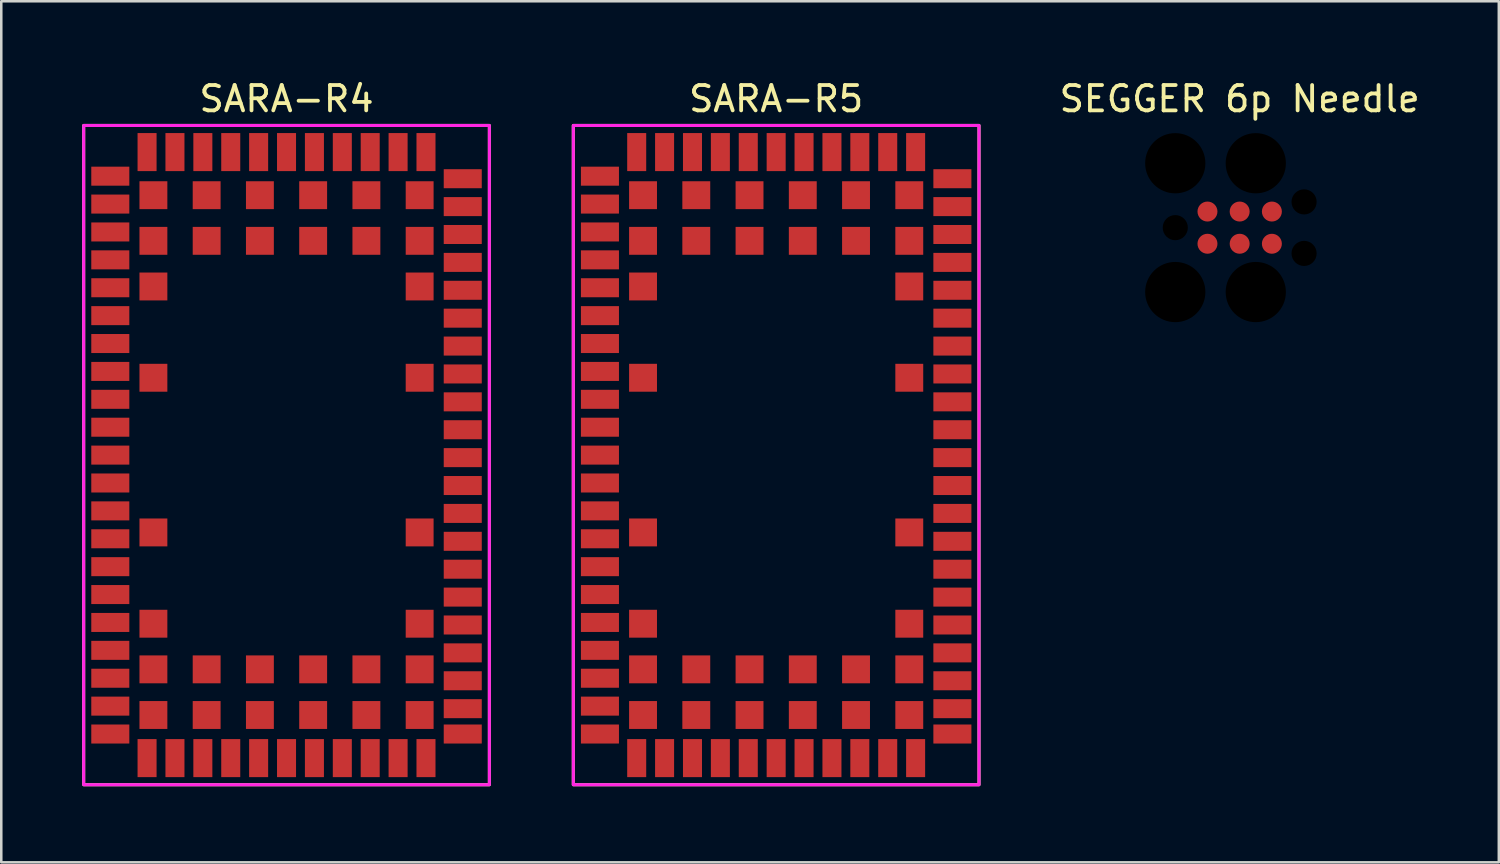
<source format=kicad_pcb>
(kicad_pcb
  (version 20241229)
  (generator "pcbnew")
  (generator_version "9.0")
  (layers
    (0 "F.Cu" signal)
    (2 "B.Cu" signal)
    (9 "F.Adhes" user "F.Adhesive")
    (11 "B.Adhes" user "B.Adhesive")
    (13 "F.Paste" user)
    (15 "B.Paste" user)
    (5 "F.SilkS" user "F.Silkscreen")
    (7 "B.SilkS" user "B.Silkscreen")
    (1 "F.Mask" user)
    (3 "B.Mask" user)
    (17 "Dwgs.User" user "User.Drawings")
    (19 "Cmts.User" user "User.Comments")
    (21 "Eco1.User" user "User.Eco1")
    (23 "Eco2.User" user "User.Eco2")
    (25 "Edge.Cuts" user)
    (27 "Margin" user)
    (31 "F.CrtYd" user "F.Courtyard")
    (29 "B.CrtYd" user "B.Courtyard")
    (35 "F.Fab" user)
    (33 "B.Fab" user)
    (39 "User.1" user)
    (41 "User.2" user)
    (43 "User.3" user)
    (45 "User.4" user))
  (footprint "SARA-R5"
    (layer "F.Cu")
    (at 19.56 1.898)
    (property "Reference" "SARA-R5" (at 8 -1.05 0) (unlocked yes) (layer "F.SilkS") (effects (font (size 1 1) (thickness 0.15))))
    (attr smd)
    (fp_rect (start 0 0) (end 16 26) (stroke (width 0.12) (type solid)) (fill no) (layer "F.SilkS"))
    (fp_rect (start 0 0) (end 16 26) (stroke (width 0.12) (type solid)) (fill no) (layer "F.CrtYd"))
    (pad "1" smd rect (at 1.05 2) (size 1.5 0.75) (layers "F.Cu" "F.Mask" "F.Paste"))
    (pad "2" smd rect (at 1.05 3.1) (size 1.5 0.75) (layers "F.Cu" "F.Mask" "F.Paste"))
    (pad "3" smd rect (at 1.05 4.2) (size 1.5 0.75) (layers "F.Cu" "F.Mask" "F.Paste"))
    (pad "4" smd rect (at 1.05 5.3) (size 1.5 0.75) (layers "F.Cu" "F.Mask" "F.Paste"))
    (pad "5" smd rect (at 1.05 6.4) (size 1.5 0.75) (layers "F.Cu" "F.Mask" "F.Paste"))
    (pad "6" smd rect (at 1.05 7.5) (size 1.5 0.75) (layers "F.Cu" "F.Mask" "F.Paste"))
    (pad "7" smd rect (at 1.05 8.6) (size 1.5 0.75) (layers "F.Cu" "F.Mask" "F.Paste"))
    (pad "8" smd rect (at 1.05 9.7) (size 1.5 0.75) (layers "F.Cu" "F.Mask" "F.Paste"))
    (pad "9" smd rect (at 1.05 10.8) (size 1.5 0.75) (layers "F.Cu" "F.Mask" "F.Paste"))
    (pad "10" smd rect (at 1.05 11.9) (size 1.5 0.75) (layers "F.Cu" "F.Mask" "F.Paste"))
    (pad "11" smd rect (at 1.05 13) (size 1.5 0.75) (layers "F.Cu" "F.Mask" "F.Paste"))
    (pad "12" smd rect (at 1.05 14.1) (size 1.5 0.75) (layers "F.Cu" "F.Mask" "F.Paste"))
    (pad "13" smd rect (at 1.05 15.2) (size 1.5 0.75) (layers "F.Cu" "F.Mask" "F.Paste"))
    (pad "14" smd rect (at 1.05 16.3) (size 1.5 0.75) (layers "F.Cu" "F.Mask" "F.Paste"))
    (pad "15" smd rect (at 1.05 17.4) (size 1.5 0.75) (layers "F.Cu" "F.Mask" "F.Paste"))
    (pad "16" smd rect (at 1.05 18.5) (size 1.5 0.75) (layers "F.Cu" "F.Mask" "F.Paste"))
    (pad "17" smd rect (at 1.05 19.6) (size 1.5 0.75) (layers "F.Cu" "F.Mask" "F.Paste"))
    (pad "18" smd rect (at 1.05 20.7) (size 1.5 0.75) (layers "F.Cu" "F.Mask" "F.Paste"))
    (pad "19" smd rect (at 1.05 21.8) (size 1.5 0.75) (layers "F.Cu" "F.Mask" "F.Paste"))
    (pad "20" smd rect (at 1.05 22.9) (size 1.5 0.75) (layers "F.Cu" "F.Mask" "F.Paste"))
    (pad "21" smd rect (at 1.05 24) (size 1.5 0.75) (layers "F.Cu" "F.Mask" "F.Paste"))
    (pad "22" smd rect (at 2.5 24.95 90) (size 1.5 0.75) (layers "F.Cu" "F.Mask" "F.Paste"))
    (pad "23" smd rect (at 3.6 24.95 90) (size 1.5 0.75) (layers "F.Cu" "F.Mask" "F.Paste"))
    (pad "24" smd rect (at 4.7 24.95 90) (size 1.5 0.75) (layers "F.Cu" "F.Mask" "F.Paste"))
    (pad "25" smd rect (at 5.8 24.95 90) (size 1.5 0.75) (layers "F.Cu" "F.Mask" "F.Paste"))
    (pad "26" smd rect (at 6.9 24.95 90) (size 1.5 0.75) (layers "F.Cu" "F.Mask" "F.Paste"))
    (pad "27" smd rect (at 8 24.95 90) (size 1.5 0.75) (layers "F.Cu" "F.Mask" "F.Paste"))
    (pad "28" smd rect (at 9.1 24.95 90) (size 1.5 0.75) (layers "F.Cu" "F.Mask" "F.Paste"))
    (pad "29" smd rect (at 10.2 24.95 90) (size 1.5 0.75) (layers "F.Cu" "F.Mask" "F.Paste"))
    (pad "30" smd rect (at 11.3 24.95 90) (size 1.5 0.75) (layers "F.Cu" "F.Mask" "F.Paste"))
    (pad "31" smd rect (at 12.4 24.95 90) (size 1.5 0.75) (layers "F.Cu" "F.Mask" "F.Paste"))
    (pad "32" smd rect (at 13.5 24.95 90) (size 1.5 0.75) (layers "F.Cu" "F.Mask" "F.Paste"))
    (pad "33" smd rect (at 14.95 24 180) (size 1.5 0.75) (layers "F.Cu" "F.Mask" "F.Paste"))
    (pad "34" smd rect (at 14.95 23) (size 1.5 0.75) (layers "F.Cu" "F.Mask" "F.Paste"))
    (pad "35" smd rect (at 14.95 21.9) (size 1.5 0.75) (layers "F.Cu" "F.Mask" "F.Paste"))
    (pad "36" smd rect (at 14.95 20.8) (size 1.5 0.75) (layers "F.Cu" "F.Mask" "F.Paste"))
    (pad "37" smd rect (at 14.95 19.7) (size 1.5 0.75) (layers "F.Cu" "F.Mask" "F.Paste"))
    (pad "38" smd rect (at 14.95 18.6) (size 1.5 0.75) (layers "F.Cu" "F.Mask" "F.Paste"))
    (pad "39" smd rect (at 14.95 17.5) (size 1.5 0.75) (layers "F.Cu" "F.Mask" "F.Paste"))
    (pad "40" smd rect (at 14.95 16.4) (size 1.5 0.75) (layers "F.Cu" "F.Mask" "F.Paste"))
    (pad "41" smd rect (at 14.95 15.3) (size 1.5 0.75) (layers "F.Cu" "F.Mask" "F.Paste"))
    (pad "42" smd rect (at 14.95 14.2) (size 1.5 0.75) (layers "F.Cu" "F.Mask" "F.Paste"))
    (pad "43" smd rect (at 14.95 13.1) (size 1.5 0.75) (layers "F.Cu" "F.Mask" "F.Paste"))
    (pad "44" smd rect (at 14.95 12) (size 1.5 0.75) (layers "F.Cu" "F.Mask" "F.Paste"))
    (pad "45" smd rect (at 14.95 10.9) (size 1.5 0.75) (layers "F.Cu" "F.Mask" "F.Paste"))
    (pad "46" smd rect (at 14.95 9.8) (size 1.5 0.75) (layers "F.Cu" "F.Mask" "F.Paste"))
    (pad "47" smd rect (at 14.95 8.7) (size 1.5 0.75) (layers "F.Cu" "F.Mask" "F.Paste"))
    (pad "48" smd rect (at 14.95 7.6) (size 1.5 0.75) (layers "F.Cu" "F.Mask" "F.Paste"))
    (pad "49" smd rect (at 14.95 6.5) (size 1.5 0.75) (layers "F.Cu" "F.Mask" "F.Paste"))
    (pad "50" smd rect (at 14.95 5.4) (size 1.5 0.75) (layers "F.Cu" "F.Mask" "F.Paste"))
    (pad "51" smd rect (at 14.95 4.3) (size 1.5 0.75) (layers "F.Cu" "F.Mask" "F.Paste"))
    (pad "52" smd rect (at 14.95 3.2) (size 1.5 0.75) (layers "F.Cu" "F.Mask" "F.Paste"))
    (pad "53" smd rect (at 14.95 2.1) (size 1.5 0.75) (layers "F.Cu" "F.Mask" "F.Paste"))
    (pad "54" smd rect (at 13.5 1.05 90) (size 1.5 0.75) (layers "F.Cu" "F.Mask" "F.Paste"))
    (pad "55" smd rect (at 12.4 1.05 90) (size 1.5 0.75) (layers "F.Cu" "F.Mask" "F.Paste"))
    (pad "56" smd rect (at 11.3 1.05 90) (size 1.5 0.75) (layers "F.Cu" "F.Mask" "F.Paste"))
    (pad "57" smd rect (at 10.2 1.05 90) (size 1.5 0.75) (layers "F.Cu" "F.Mask" "F.Paste"))
    (pad "58" smd rect (at 9.1 1.05 90) (size 1.5 0.75) (layers "F.Cu" "F.Mask" "F.Paste"))
    (pad "59" smd rect (at 8 1.05 90) (size 1.5 0.75) (layers "F.Cu" "F.Mask" "F.Paste"))
    (pad "60" smd rect (at 6.9 1.05 90) (size 1.5 0.75) (layers "F.Cu" "F.Mask" "F.Paste"))
    (pad "61" smd rect (at 5.8 1.05 90) (size 1.5 0.75) (layers "F.Cu" "F.Mask" "F.Paste"))
    (pad "62" smd rect (at 4.7 1.05 90) (size 1.5 0.75) (layers "F.Cu" "F.Mask" "F.Paste"))
    (pad "63" smd rect (at 3.6 1.05 90) (size 1.5 0.75) (layers "F.Cu" "F.Mask" "F.Paste"))
    (pad "64" smd rect (at 2.5 1.05 90) (size 1.5 0.75) (layers "F.Cu" "F.Mask" "F.Paste"))
    (pad "65" smd rect (at 2.75 2.75 270) (size 1.1 1.1) (layers "F.Cu" "F.Mask" "F.Paste"))
    (pad "66" smd rect (at 4.85 2.75 270) (size 1.1 1.1) (layers "F.Cu" "F.Mask" "F.Paste"))
    (pad "67" smd rect (at 6.95 2.75 270) (size 1.1 1.1) (layers "F.Cu" "F.Mask" "F.Paste"))
    (pad "68" smd rect (at 9.05 2.75 270) (size 1.1 1.1) (layers "F.Cu" "F.Mask" "F.Paste"))
    (pad "69" smd rect (at 11.15 2.75 270) (size 1.1 1.1) (layers "F.Cu" "F.Mask" "F.Paste"))
    (pad "70" smd rect (at 13.25 2.75 270) (size 1.1 1.1) (layers "F.Cu" "F.Mask" "F.Paste"))
    (pad "71" smd rect (at 2.75 4.55 270) (size 1.1 1.1) (layers "F.Cu" "F.Mask" "F.Paste"))
    (pad "72" smd rect (at 4.85 4.55 270) (size 1.1 1.1) (layers "F.Cu" "F.Mask" "F.Paste"))
    (pad "73" smd rect (at 6.95 4.55 270) (size 1.1 1.1) (layers "F.Cu" "F.Mask" "F.Paste"))
    (pad "74" smd rect (at 9.05 4.55 270) (size 1.1 1.1) (layers "F.Cu" "F.Mask" "F.Paste"))
    (pad "75" smd rect (at 11.15 4.55 270) (size 1.1 1.1) (layers "F.Cu" "F.Mask" "F.Paste"))
    (pad "76" smd rect (at 13.25 4.55 270) (size 1.1 1.1) (layers "F.Cu" "F.Mask" "F.Paste"))
    (pad "77" smd rect (at 2.75 6.35 270) (size 1.1 1.1) (layers "F.Cu" "F.Mask" "F.Paste"))
    (pad "78" smd rect (at 13.25 6.35 270) (size 1.1 1.1) (layers "F.Cu" "F.Mask" "F.Paste"))
    (pad "79" smd rect (at 2.75 9.95 270) (size 1.1 1.1) (layers "F.Cu" "F.Mask" "F.Paste"))
    (pad "80" smd rect (at 13.25 9.95 270) (size 1.1 1.1) (layers "F.Cu" "F.Mask" "F.Paste"))
    (pad "81" smd rect (at 2.75 16.05 270) (size 1.1 1.1) (layers "F.Cu" "F.Mask" "F.Paste"))
    (pad "82" smd rect (at 13.25 16.05 270) (size 1.1 1.1) (layers "F.Cu" "F.Mask" "F.Paste"))
    (pad "83" smd rect (at 2.75 19.65 270) (size 1.1 1.1) (layers "F.Cu" "F.Mask" "F.Paste"))
    (pad "84" smd rect (at 13.25 19.65 270) (size 1.1 1.1) (layers "F.Cu" "F.Mask" "F.Paste"))
    (pad "85" smd rect (at 2.75 21.45 270) (size 1.1 1.1) (layers "F.Cu" "F.Mask" "F.Paste"))
    (pad "86" smd rect (at 4.85 21.45 270) (size 1.1 1.1) (layers "F.Cu" "F.Mask" "F.Paste"))
    (pad "87" smd rect (at 6.95 21.45 270) (size 1.1 1.1) (layers "F.Cu" "F.Mask" "F.Paste"))
    (pad "88" smd rect (at 9.05 21.45 270) (size 1.1 1.1) (layers "F.Cu" "F.Mask" "F.Paste"))
    (pad "89" smd rect (at 11.15 21.45 270) (size 1.1 1.1) (layers "F.Cu" "F.Mask" "F.Paste"))
    (pad "90" smd rect (at 13.25 21.45 270) (size 1.1 1.1) (layers "F.Cu" "F.Mask" "F.Paste"))
    (pad "91" smd rect (at 2.75 23.25 270) (size 1.1 1.1) (layers "F.Cu" "F.Mask" "F.Paste"))
    (pad "92" smd rect (at 4.85 23.25 270) (size 1.1 1.1) (layers "F.Cu" "F.Mask" "F.Paste"))
    (pad "93" smd rect (at 6.95 23.25 270) (size 1.1 1.1) (layers "F.Cu" "F.Mask" "F.Paste"))
    (pad "94" smd rect (at 9.05 23.25 270) (size 1.1 1.1) (layers "F.Cu" "F.Mask" "F.Paste"))
    (pad "95" smd rect (at 11.15 23.25 270) (size 1.1 1.1) (layers "F.Cu" "F.Mask" "F.Paste"))
    (pad "96" smd rect (at 13.25 23.25 270) (size 1.1 1.1) (layers "F.Cu" "F.Mask" "F.Paste")))
  (footprint "SARA-R4"
    (layer "F.Cu")
    (at 0.25 1.898)
    (property "Reference" "SARA-R4" (at 8 -1.05 0) (unlocked yes) (layer "F.SilkS") (effects (font (size 1 1) (thickness 0.15))))
    (attr smd)
    (fp_rect (start 0 0) (end 16 26) (stroke (width 0.12) (type solid)) (fill no) (layer "F.SilkS"))
    (fp_rect (start 0 0) (end 16 26) (stroke (width 0.12) (type solid)) (fill no) (layer "F.CrtYd"))
    (pad "1" smd rect (at 1.05 2) (size 1.5 0.75) (layers "F.Cu" "F.Mask" "F.Paste"))
    (pad "2" smd rect (at 1.05 3.1) (size 1.5 0.75) (layers "F.Cu" "F.Mask" "F.Paste"))
    (pad "3" smd rect (at 1.05 4.2) (size 1.5 0.75) (layers "F.Cu" "F.Mask" "F.Paste"))
    (pad "4" smd rect (at 1.05 5.3) (size 1.5 0.75) (layers "F.Cu" "F.Mask" "F.Paste"))
    (pad "5" smd rect (at 1.05 6.4) (size 1.5 0.75) (layers "F.Cu" "F.Mask" "F.Paste"))
    (pad "6" smd rect (at 1.05 7.5) (size 1.5 0.75) (layers "F.Cu" "F.Mask" "F.Paste"))
    (pad "7" smd rect (at 1.05 8.6) (size 1.5 0.75) (layers "F.Cu" "F.Mask" "F.Paste"))
    (pad "8" smd rect (at 1.05 9.7) (size 1.5 0.75) (layers "F.Cu" "F.Mask" "F.Paste"))
    (pad "9" smd rect (at 1.05 10.8) (size 1.5 0.75) (layers "F.Cu" "F.Mask" "F.Paste"))
    (pad "10" smd rect (at 1.05 11.9) (size 1.5 0.75) (layers "F.Cu" "F.Mask" "F.Paste"))
    (pad "11" smd rect (at 1.05 13) (size 1.5 0.75) (layers "F.Cu" "F.Mask" "F.Paste"))
    (pad "12" smd rect (at 1.05 14.1) (size 1.5 0.75) (layers "F.Cu" "F.Mask" "F.Paste"))
    (pad "13" smd rect (at 1.05 15.2) (size 1.5 0.75) (layers "F.Cu" "F.Mask" "F.Paste"))
    (pad "14" smd rect (at 1.05 16.3) (size 1.5 0.75) (layers "F.Cu" "F.Mask" "F.Paste"))
    (pad "15" smd rect (at 1.05 17.4) (size 1.5 0.75) (layers "F.Cu" "F.Mask" "F.Paste"))
    (pad "16" smd rect (at 1.05 18.5) (size 1.5 0.75) (layers "F.Cu" "F.Mask" "F.Paste"))
    (pad "17" smd rect (at 1.05 19.6) (size 1.5 0.75) (layers "F.Cu" "F.Mask" "F.Paste"))
    (pad "18" smd rect (at 1.05 20.7) (size 1.5 0.75) (layers "F.Cu" "F.Mask" "F.Paste"))
    (pad "19" smd rect (at 1.05 21.8) (size 1.5 0.75) (layers "F.Cu" "F.Mask" "F.Paste"))
    (pad "20" smd rect (at 1.05 22.9) (size 1.5 0.75) (layers "F.Cu" "F.Mask" "F.Paste"))
    (pad "21" smd rect (at 1.05 24) (size 1.5 0.75) (layers "F.Cu" "F.Mask" "F.Paste"))
    (pad "22" smd rect (at 2.5 24.95 90) (size 1.5 0.75) (layers "F.Cu" "F.Mask" "F.Paste"))
    (pad "23" smd rect (at 3.6 24.95 90) (size 1.5 0.75) (layers "F.Cu" "F.Mask" "F.Paste"))
    (pad "24" smd rect (at 4.7 24.95 90) (size 1.5 0.75) (layers "F.Cu" "F.Mask" "F.Paste"))
    (pad "25" smd rect (at 5.8 24.95 90) (size 1.5 0.75) (layers "F.Cu" "F.Mask" "F.Paste"))
    (pad "26" smd rect (at 6.9 24.95 90) (size 1.5 0.75) (layers "F.Cu" "F.Mask" "F.Paste"))
    (pad "27" smd rect (at 8 24.95 90) (size 1.5 0.75) (layers "F.Cu" "F.Mask" "F.Paste"))
    (pad "28" smd rect (at 9.1 24.95 90) (size 1.5 0.75) (layers "F.Cu" "F.Mask" "F.Paste"))
    (pad "29" smd rect (at 10.2 24.95 90) (size 1.5 0.75) (layers "F.Cu" "F.Mask" "F.Paste"))
    (pad "30" smd rect (at 11.3 24.95 90) (size 1.5 0.75) (layers "F.Cu" "F.Mask" "F.Paste"))
    (pad "31" smd rect (at 12.4 24.95 90) (size 1.5 0.75) (layers "F.Cu" "F.Mask" "F.Paste"))
    (pad "32" smd rect (at 13.5 24.95 90) (size 1.5 0.75) (layers "F.Cu" "F.Mask" "F.Paste"))
    (pad "33" smd rect (at 14.95 24 180) (size 1.5 0.75) (layers "F.Cu" "F.Mask" "F.Paste"))
    (pad "34" smd rect (at 14.95 23) (size 1.5 0.75) (layers "F.Cu" "F.Mask" "F.Paste"))
    (pad "35" smd rect (at 14.95 21.9) (size 1.5 0.75) (layers "F.Cu" "F.Mask" "F.Paste"))
    (pad "36" smd rect (at 14.95 20.8) (size 1.5 0.75) (layers "F.Cu" "F.Mask" "F.Paste"))
    (pad "37" smd rect (at 14.95 19.7) (size 1.5 0.75) (layers "F.Cu" "F.Mask" "F.Paste"))
    (pad "38" smd rect (at 14.95 18.6) (size 1.5 0.75) (layers "F.Cu" "F.Mask" "F.Paste"))
    (pad "39" smd rect (at 14.95 17.5) (size 1.5 0.75) (layers "F.Cu" "F.Mask" "F.Paste"))
    (pad "40" smd rect (at 14.95 16.4) (size 1.5 0.75) (layers "F.Cu" "F.Mask" "F.Paste"))
    (pad "41" smd rect (at 14.95 15.3) (size 1.5 0.75) (layers "F.Cu" "F.Mask" "F.Paste"))
    (pad "42" smd rect (at 14.95 14.2) (size 1.5 0.75) (layers "F.Cu" "F.Mask" "F.Paste"))
    (pad "43" smd rect (at 14.95 13.1) (size 1.5 0.75) (layers "F.Cu" "F.Mask" "F.Paste"))
    (pad "44" smd rect (at 14.95 12) (size 1.5 0.75) (layers "F.Cu" "F.Mask" "F.Paste"))
    (pad "45" smd rect (at 14.95 10.9) (size 1.5 0.75) (layers "F.Cu" "F.Mask" "F.Paste"))
    (pad "46" smd rect (at 14.95 9.8) (size 1.5 0.75) (layers "F.Cu" "F.Mask" "F.Paste"))
    (pad "47" smd rect (at 14.95 8.7) (size 1.5 0.75) (layers "F.Cu" "F.Mask" "F.Paste"))
    (pad "48" smd rect (at 14.95 7.6) (size 1.5 0.75) (layers "F.Cu" "F.Mask" "F.Paste"))
    (pad "49" smd rect (at 14.95 6.5) (size 1.5 0.75) (layers "F.Cu" "F.Mask" "F.Paste"))
    (pad "50" smd rect (at 14.95 5.4) (size 1.5 0.75) (layers "F.Cu" "F.Mask" "F.Paste"))
    (pad "51" smd rect (at 14.95 4.3) (size 1.5 0.75) (layers "F.Cu" "F.Mask" "F.Paste"))
    (pad "52" smd rect (at 14.95 3.2) (size 1.5 0.75) (layers "F.Cu" "F.Mask" "F.Paste"))
    (pad "53" smd rect (at 14.95 2.1) (size 1.5 0.75) (layers "F.Cu" "F.Mask" "F.Paste"))
    (pad "54" smd rect (at 13.5 1.05 90) (size 1.5 0.75) (layers "F.Cu" "F.Mask" "F.Paste"))
    (pad "55" smd rect (at 12.4 1.05 90) (size 1.5 0.75) (layers "F.Cu" "F.Mask" "F.Paste"))
    (pad "56" smd rect (at 11.3 1.05 90) (size 1.5 0.75) (layers "F.Cu" "F.Mask" "F.Paste"))
    (pad "57" smd rect (at 10.2 1.05 90) (size 1.5 0.75) (layers "F.Cu" "F.Mask" "F.Paste"))
    (pad "58" smd rect (at 9.1 1.05 90) (size 1.5 0.75) (layers "F.Cu" "F.Mask" "F.Paste"))
    (pad "59" smd rect (at 8 1.05 90) (size 1.5 0.75) (layers "F.Cu" "F.Mask" "F.Paste"))
    (pad "60" smd rect (at 6.9 1.05 90) (size 1.5 0.75) (layers "F.Cu" "F.Mask" "F.Paste"))
    (pad "61" smd rect (at 5.8 1.05 90) (size 1.5 0.75) (layers "F.Cu" "F.Mask" "F.Paste"))
    (pad "62" smd rect (at 4.7 1.05 90) (size 1.5 0.75) (layers "F.Cu" "F.Mask" "F.Paste"))
    (pad "63" smd rect (at 3.6 1.05 90) (size 1.5 0.75) (layers "F.Cu" "F.Mask" "F.Paste"))
    (pad "64" smd rect (at 2.5 1.05 90) (size 1.5 0.75) (layers "F.Cu" "F.Mask" "F.Paste"))
    (pad "65" smd rect (at 2.75 2.75 270) (size 1.1 1.1) (layers "F.Cu" "F.Mask" "F.Paste"))
    (pad "66" smd rect (at 4.85 2.75 270) (size 1.1 1.1) (layers "F.Cu" "F.Mask" "F.Paste"))
    (pad "67" smd rect (at 6.95 2.75 270) (size 1.1 1.1) (layers "F.Cu" "F.Mask" "F.Paste"))
    (pad "68" smd rect (at 9.05 2.75 270) (size 1.1 1.1) (layers "F.Cu" "F.Mask" "F.Paste"))
    (pad "69" smd rect (at 11.15 2.75 270) (size 1.1 1.1) (layers "F.Cu" "F.Mask" "F.Paste"))
    (pad "70" smd rect (at 13.25 2.75 270) (size 1.1 1.1) (layers "F.Cu" "F.Mask" "F.Paste"))
    (pad "71" smd rect (at 2.75 4.55 270) (size 1.1 1.1) (layers "F.Cu" "F.Mask" "F.Paste"))
    (pad "72" smd rect (at 4.85 4.55 270) (size 1.1 1.1) (layers "F.Cu" "F.Mask" "F.Paste"))
    (pad "73" smd rect (at 6.95 4.55 270) (size 1.1 1.1) (layers "F.Cu" "F.Mask" "F.Paste"))
    (pad "74" smd rect (at 9.05 4.55 270) (size 1.1 1.1) (layers "F.Cu" "F.Mask" "F.Paste"))
    (pad "75" smd rect (at 11.15 4.55 270) (size 1.1 1.1) (layers "F.Cu" "F.Mask" "F.Paste"))
    (pad "76" smd rect (at 13.25 4.55 270) (size 1.1 1.1) (layers "F.Cu" "F.Mask" "F.Paste"))
    (pad "77" smd rect (at 2.75 6.35 270) (size 1.1 1.1) (layers "F.Cu" "F.Mask" "F.Paste"))
    (pad "78" smd rect (at 13.25 6.35 270) (size 1.1 1.1) (layers "F.Cu" "F.Mask" "F.Paste"))
    (pad "79" smd rect (at 2.75 9.95 270) (size 1.1 1.1) (layers "F.Cu" "F.Mask" "F.Paste"))
    (pad "80" smd rect (at 13.25 9.95 270) (size 1.1 1.1) (layers "F.Cu" "F.Mask" "F.Paste"))
    (pad "81" smd rect (at 2.75 16.05 270) (size 1.1 1.1) (layers "F.Cu" "F.Mask" "F.Paste"))
    (pad "82" smd rect (at 13.25 16.05 270) (size 1.1 1.1) (layers "F.Cu" "F.Mask" "F.Paste"))
    (pad "83" smd rect (at 2.75 19.65 270) (size 1.1 1.1) (layers "F.Cu" "F.Mask" "F.Paste"))
    (pad "84" smd rect (at 13.25 19.65 270) (size 1.1 1.1) (layers "F.Cu" "F.Mask" "F.Paste"))
    (pad "85" smd rect (at 2.75 21.45 270) (size 1.1 1.1) (layers "F.Cu" "F.Mask" "F.Paste"))
    (pad "86" smd rect (at 4.85 21.45 270) (size 1.1 1.1) (layers "F.Cu" "F.Mask" "F.Paste"))
    (pad "87" smd rect (at 6.95 21.45 270) (size 1.1 1.1) (layers "F.Cu" "F.Mask" "F.Paste"))
    (pad "88" smd rect (at 9.05 21.45 270) (size 1.1 1.1) (layers "F.Cu" "F.Mask" "F.Paste"))
    (pad "89" smd rect (at 11.15 21.45 270) (size 1.1 1.1) (layers "F.Cu" "F.Mask" "F.Paste"))
    (pad "90" smd rect (at 13.25 21.45 270) (size 1.1 1.1) (layers "F.Cu" "F.Mask" "F.Paste"))
    (pad "91" smd rect (at 2.75 23.25 270) (size 1.1 1.1) (layers "F.Cu" "F.Mask" "F.Paste"))
    (pad "92" smd rect (at 4.85 23.25 270) (size 1.1 1.1) (layers "F.Cu" "F.Mask" "F.Paste"))
    (pad "93" smd rect (at 6.95 23.25 270) (size 1.1 1.1) (layers "F.Cu" "F.Mask" "F.Paste"))
    (pad "94" smd rect (at 9.05 23.25 270) (size 1.1 1.1) (layers "F.Cu" "F.Mask" "F.Paste"))
    (pad "95" smd rect (at 11.15 23.25 270) (size 1.1 1.1) (layers "F.Cu" "F.Mask" "F.Paste"))
    (pad "96" smd rect (at 13.25 23.25 270) (size 1.1 1.1) (layers "F.Cu" "F.Mask" "F.Paste")))
  (footprint "SEGGER 6p Needle"
    (layer "F.Cu")
    (at 43.3 5.928)
    (property "Reference" "SEGGER 6p Needle" (at 2.54 -5.08 0) (unlocked yes) (layer "F.SilkS") (effects (font (size 1 1) (thickness 0.15))))
    (attr through_hole)
    (pad "" np_thru_hole circle (at 0 -2.54) (size 2.375 2.375) (drill 2.375) (layers "*.Mask"))
    (pad "" np_thru_hole circle (at 0 0) (size 0.991 0.991) (drill 0.991) (layers "*.Mask"))
    (pad "" np_thru_hole circle (at 0 2.54) (size 2.375 2.375) (drill 2.375) (layers "*.Mask"))
    (pad "" np_thru_hole circle (at 3.175 -2.54) (size 2.375 2.375) (drill 2.375) (layers "*.Mask"))
    (pad "" np_thru_hole circle (at 3.175 2.54) (size 2.375 2.375) (drill 2.375) (layers "*.Mask"))
    (pad "" np_thru_hole circle (at 5.08 -1.016) (size 0.991 0.991) (drill 0.991) (layers "*.Mask"))
    (pad "" np_thru_hole circle (at 5.08 1.016) (size 0.991 0.991) (drill 0.991) (layers "*.Mask"))
    (pad "1" smd circle (at 1.27 0.635) (size 0.787 0.787) (layers "F.Cu" "F.Mask"))
    (pad "2" smd circle (at 1.27 -0.635) (size 0.787 0.787) (layers "F.Cu" "F.Mask"))
    (pad "3" smd circle (at 2.54 0.635) (size 0.787 0.787) (layers "F.Cu" "F.Mask"))
    (pad "4" smd circle (at 2.54 -0.635) (size 0.787 0.787) (layers "F.Cu" "F.Mask"))
    (pad "5" smd circle (at 3.81 0.635) (size 0.787 0.787) (layers "F.Cu" "F.Mask"))
    (pad "6" smd circle (at 3.81 -0.635) (size 0.787 0.787) (layers "F.Cu" "F.Mask")))
  (gr_rect
    (start -3 -3)
    (end 56.06 30.958)
    (stroke (width 0.1) (type default))
    (fill no)
    (layer "Edge.Cuts")))
</source>
